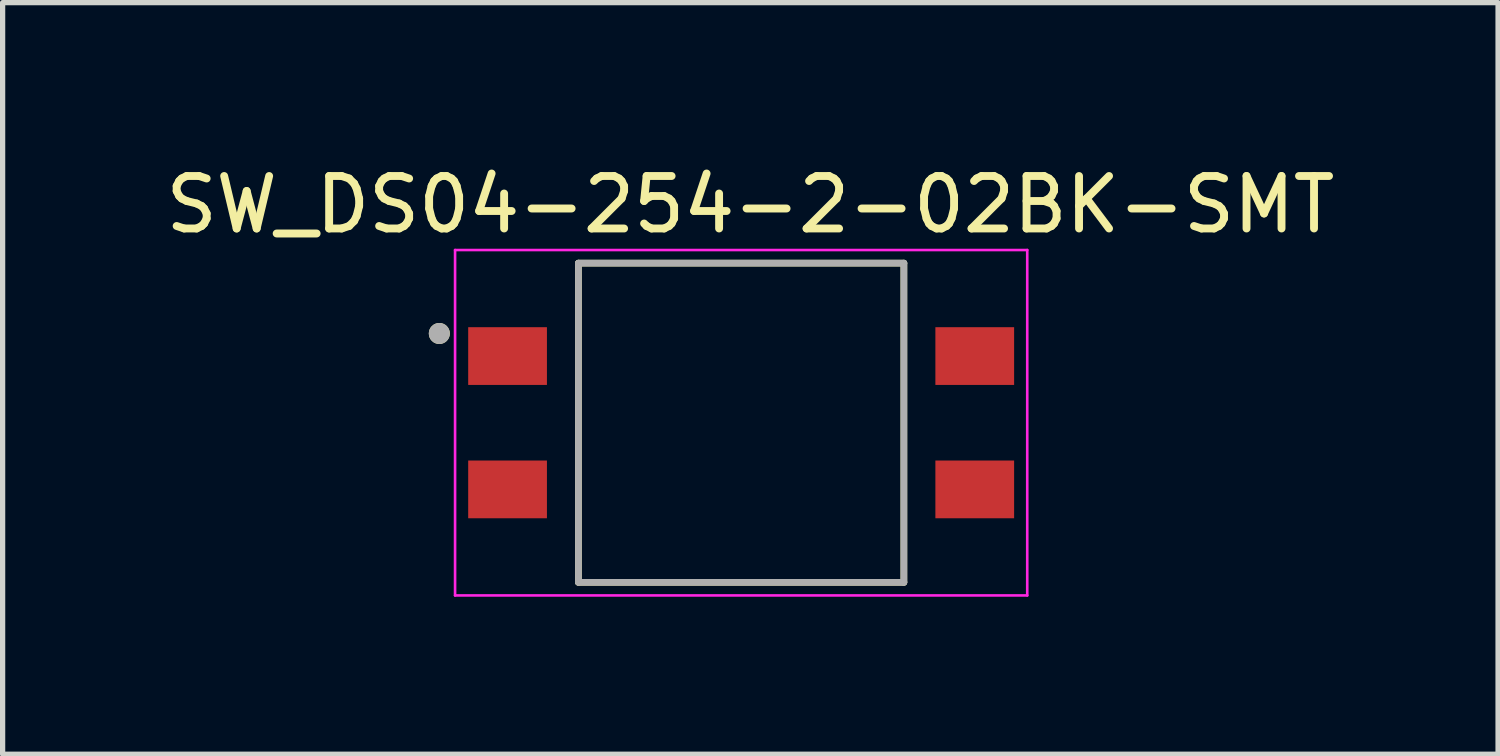
<source format=kicad_pcb>
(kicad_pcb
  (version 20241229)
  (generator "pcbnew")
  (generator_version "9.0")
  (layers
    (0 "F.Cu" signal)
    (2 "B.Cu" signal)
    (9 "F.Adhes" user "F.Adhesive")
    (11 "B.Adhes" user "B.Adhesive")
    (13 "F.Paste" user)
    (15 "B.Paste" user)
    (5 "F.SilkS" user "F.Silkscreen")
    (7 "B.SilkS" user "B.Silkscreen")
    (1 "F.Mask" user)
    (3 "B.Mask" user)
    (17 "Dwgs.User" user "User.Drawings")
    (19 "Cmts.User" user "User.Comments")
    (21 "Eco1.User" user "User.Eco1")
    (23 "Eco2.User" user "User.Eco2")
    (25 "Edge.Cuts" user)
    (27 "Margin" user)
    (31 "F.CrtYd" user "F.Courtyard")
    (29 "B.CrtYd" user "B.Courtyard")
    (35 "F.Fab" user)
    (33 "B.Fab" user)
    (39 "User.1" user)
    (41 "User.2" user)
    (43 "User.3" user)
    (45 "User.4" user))
  (footprint "SW_DS04-254-2-02BK-SMT"
    (layer "F.Cu")
    (at 11.069 5.003)
    (property "Reference" "SW_DS04-254-2-02BK-SMT" (at 0.175 -4.155 0) (layer "F.SilkS") (effects (font (size 1 1) (thickness 0.15))))
    (attr through_hole)
    (fp_line (start -3.1 -3.04) (end 3.1 -3.04) (stroke (width 0.127) (type solid)) (layer "F.SilkS"))
    (fp_line (start -3.1 3.04) (end -3.1 -3.04) (stroke (width 0.127) (type solid)) (layer "F.SilkS"))
    (fp_line (start 3.1 -3.04) (end 3.1 3.04) (stroke (width 0.127) (type solid)) (layer "F.SilkS"))
    (fp_line (start 3.1 3.04) (end -3.1 3.04) (stroke (width 0.127) (type solid)) (layer "F.SilkS"))
    (fp_circle (center -5.75 -1.7) (end -5.65 -1.7) (stroke (width 0.2) (type solid)) (fill no) (layer "F.SilkS"))
    (fp_line (start -5.45 -3.29) (end -5.45 3.29) (stroke (width 0.05) (type solid)) (layer "F.CrtYd"))
    (fp_line (start -5.45 3.29) (end 5.45 3.29) (stroke (width 0.05) (type solid)) (layer "F.CrtYd"))
    (fp_line (start 5.45 -3.29) (end -5.45 -3.29) (stroke (width 0.05) (type solid)) (layer "F.CrtYd"))
    (fp_line (start 5.45 3.29) (end 5.45 -3.29) (stroke (width 0.05) (type solid)) (layer "F.CrtYd"))
    (fp_line (start -3.1 -3.04) (end 3.1 -3.04) (stroke (width 0.127) (type solid)) (layer "F.Fab"))
    (fp_line (start -3.1 3.04) (end -3.1 -3.04) (stroke (width 0.127) (type solid)) (layer "F.Fab"))
    (fp_line (start 3.1 -3.04) (end 3.1 3.04) (stroke (width 0.127) (type solid)) (layer "F.Fab"))
    (fp_line (start 3.1 3.04) (end -3.1 3.04) (stroke (width 0.127) (type solid)) (layer "F.Fab"))
    (fp_circle (center -5.75 -1.7) (end -5.65 -1.7) (stroke (width 0.2) (type solid)) (fill no) (layer "F.Fab"))
    (pad "1A" smd rect (at -4.45 -1.27) (size 1.5 1.1) (layers "F.Cu" "F.Mask" "F.Paste"))
    (pad "1B" smd rect (at 4.45 -1.27 180) (size 1.5 1.1) (layers "F.Cu" "F.Mask" "F.Paste"))
    (pad "2A" smd rect (at -4.45 1.27) (size 1.5 1.1) (layers "F.Cu" "F.Mask" "F.Paste"))
    (pad "2B" smd rect (at 4.45 1.27 180) (size 1.5 1.1) (layers "F.Cu" "F.Mask" "F.Paste")))
  (gr_rect
    (start -3 -3)
    (end 25.488 11.318)
    (stroke (width 0.1) (type default))
    (fill no)
    (layer "Edge.Cuts")))
</source>
